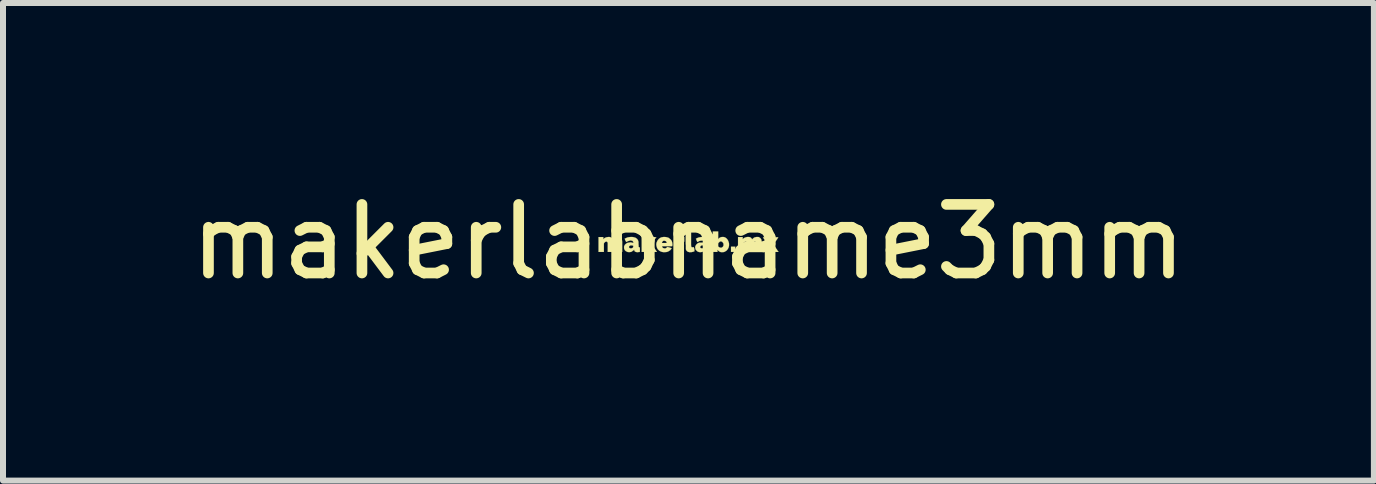
<source format=kicad_pcb>
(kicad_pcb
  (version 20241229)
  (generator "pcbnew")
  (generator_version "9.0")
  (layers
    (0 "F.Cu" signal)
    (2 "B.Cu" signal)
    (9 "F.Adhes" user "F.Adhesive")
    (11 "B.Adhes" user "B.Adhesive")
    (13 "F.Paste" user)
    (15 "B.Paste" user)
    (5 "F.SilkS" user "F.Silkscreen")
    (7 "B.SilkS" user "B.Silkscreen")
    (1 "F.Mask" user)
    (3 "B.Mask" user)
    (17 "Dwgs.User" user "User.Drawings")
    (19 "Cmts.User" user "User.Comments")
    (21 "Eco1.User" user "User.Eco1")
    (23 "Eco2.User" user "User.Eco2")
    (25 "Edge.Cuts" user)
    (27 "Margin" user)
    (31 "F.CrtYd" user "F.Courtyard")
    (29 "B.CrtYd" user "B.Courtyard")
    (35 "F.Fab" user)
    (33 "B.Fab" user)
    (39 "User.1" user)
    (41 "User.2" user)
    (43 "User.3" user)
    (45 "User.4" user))
  (footprint "makerlabname3mm"
    (layer "F.Cu")
    (at 8.426 0.981)
    (property "Reference" "makerlabname3mm" (at 0 0 0) (layer "F.SilkS") (effects (font (size 1.143 1.143) (thickness 0.178))))
    (attr through_hole)
    (fp_poly (pts (xy 0.78 0.168) (xy 0.744 0.168) (xy 0.709 0.168) (xy 0.709 0.124) (xy 0.709 0.081) (xy 0.744 0.081) (xy 0.78 0.081) (xy 0.78 0.124) (xy 0.78 0.168)) (stroke (width 0.003) (type solid)) (fill yes) (layer "F.SilkS"))
    (fp_poly (pts (xy -0.071 -0.003) (xy -0.086 0) (xy -0.102 0) (xy -0.117 0.005) (xy -0.13 0.008) (xy -0.14 0.013) (xy -0.145 0.018) (xy -0.15 0.02) (xy -0.15 0.094) (xy -0.15 0.168) (xy -0.193 0.168) (xy -0.236 0.168) (xy -0.236 0.046) (xy -0.236 -0.079) (xy -0.198 -0.076) (xy -0.157 -0.076) (xy -0.157 -0.053) (xy -0.157 -0.033) (xy -0.15 -0.043) (xy -0.14 -0.056) (xy -0.127 -0.066) (xy -0.114 -0.074) (xy -0.102 -0.079) (xy -0.091 -0.081) (xy -0.086 -0.081) (xy -0.081 -0.081) (xy -0.076 -0.081) (xy -0.071 -0.081) (xy -0.071 -0.041) (xy -0.071 -0.003)) (stroke (width 0.003) (type solid)) (fill yes) (layer "F.SilkS"))
    (fp_poly (pts (xy -0.526 0.168) (xy -0.574 0.168) (xy -0.62 0.168) (xy -0.645 0.124) (xy -0.653 0.114) (xy -0.658 0.104) (xy -0.663 0.097) (xy -0.668 0.089) (xy -0.671 0.084) (xy -0.673 0.081) (xy -0.676 0.081) (xy -0.678 0.081) (xy -0.681 0.086) (xy -0.683 0.089) (xy -0.693 0.097) (xy -0.693 0.132) (xy -0.693 0.168) (xy -0.737 0.168) (xy -0.78 0.168) (xy -0.78 -0.003) (xy -0.782 -0.173) (xy -0.737 -0.173) (xy -0.693 -0.173) (xy -0.691 -0.079) (xy -0.691 0.013) (xy -0.66 -0.033) (xy -0.627 -0.079) (xy -0.582 -0.079) (xy -0.569 -0.079) (xy -0.559 -0.079) (xy -0.551 -0.076) (xy -0.544 -0.076) (xy -0.538 -0.076) (xy -0.536 -0.076) (xy -0.538 -0.071) (xy -0.544 -0.066) (xy -0.549 -0.058) (xy -0.556 -0.051) (xy -0.564 -0.041) (xy -0.572 -0.03) (xy -0.577 -0.023) (xy -0.584 -0.013) (xy -0.592 -0.003) (xy -0.599 0.008) (xy -0.607 0.015) (xy -0.612 0.02) (xy -0.615 0.025) (xy -0.617 0.028) (xy -0.617 0.03) (xy -0.615 0.036) (xy -0.61 0.041) (xy -0.605 0.048) (xy -0.599 0.058) (xy -0.592 0.069) (xy -0.584 0.081) (xy -0.577 0.094) (xy -0.572 0.099) (xy -0.526 0.168)) (stroke (width 0.003) (type solid)) (fill yes) (layer "F.SilkS"))
    (fp_poly (pts (xy 0.099 0.152) (xy 0.099 0.157) (xy 0.097 0.157) (xy 0.094 0.16) (xy 0.091 0.163) (xy 0.084 0.163) (xy 0.069 0.168) (xy 0.056 0.17) (xy 0.041 0.173) (xy 0.025 0.173) (xy 0.013 0.173) (xy 0.008 0.17) (xy -0.003 0.168) (xy -0.01 0.165) (xy -0.018 0.16) (xy -0.023 0.157) (xy -0.03 0.15) (xy -0.036 0.142) (xy -0.041 0.13) (xy -0.041 0.127) (xy -0.043 0.127) (xy -0.043 0.124) (xy -0.043 0.122) (xy -0.043 0.117) (xy -0.043 0.114) (xy -0.043 0.107) (xy -0.043 0.099) (xy -0.043 0.091) (xy -0.043 0.081) (xy -0.043 0.069) (xy -0.043 0.053) (xy -0.046 0.038) (xy -0.046 0.018) (xy -0.046 -0.005) (xy -0.046 -0.025) (xy -0.046 -0.173) (xy 0 -0.173) (xy 0.043 -0.173) (xy 0.043 -0.051) (xy 0.043 -0.025) (xy 0.043 0) (xy 0.043 0.02) (xy 0.043 0.036) (xy 0.043 0.051) (xy 0.043 0.061) (xy 0.046 0.069) (xy 0.046 0.074) (xy 0.046 0.076) (xy 0.048 0.084) (xy 0.053 0.089) (xy 0.061 0.091) (xy 0.069 0.091) (xy 0.076 0.091) (xy 0.081 0.089) (xy 0.086 0.089) (xy 0.089 0.089) (xy 0.091 0.091) (xy 0.091 0.094) (xy 0.091 0.099) (xy 0.094 0.107) (xy 0.097 0.119) (xy 0.097 0.122) (xy 0.099 0.132) (xy 0.099 0.142) (xy 0.099 0.147) (xy 0.099 0.152)) (stroke (width 0.003) (type solid)) (fill yes) (layer "F.SilkS"))
    (fp_poly (pts (xy 0.676 0.046) (xy 0.676 0.061) (xy 0.673 0.079) (xy 0.668 0.097) (xy 0.66 0.112) (xy 0.653 0.124) (xy 0.643 0.137) (xy 0.63 0.15) (xy 0.617 0.157) (xy 0.612 0.16) (xy 0.605 0.165) (xy 0.597 0.168) (xy 0.589 0.17) (xy 0.587 0.17) (xy 0.584 0.17) (xy 0.584 0.048) (xy 0.584 0.041) (xy 0.584 0.036) (xy 0.582 0.03) (xy 0.582 0.025) (xy 0.579 0.023) (xy 0.574 0.013) (xy 0.569 0.008) (xy 0.564 0.003) (xy 0.559 -0.003) (xy 0.549 -0.005) (xy 0.538 -0.008) (xy 0.528 -0.005) (xy 0.518 0) (xy 0.511 0.008) (xy 0.5 0.018) (xy 0.495 0.028) (xy 0.495 0.051) (xy 0.495 0.074) (xy 0.5 0.081) (xy 0.511 0.089) (xy 0.521 0.094) (xy 0.531 0.097) (xy 0.536 0.097) (xy 0.544 0.097) (xy 0.551 0.097) (xy 0.554 0.097) (xy 0.561 0.091) (xy 0.572 0.084) (xy 0.577 0.076) (xy 0.579 0.071) (xy 0.582 0.066) (xy 0.584 0.064) (xy 0.584 0.058) (xy 0.584 0.053) (xy 0.584 0.048) (xy 0.584 0.17) (xy 0.577 0.173) (xy 0.561 0.173) (xy 0.549 0.173) (xy 0.538 0.17) (xy 0.533 0.17) (xy 0.518 0.163) (xy 0.505 0.155) (xy 0.495 0.145) (xy 0.488 0.137) (xy 0.483 0.132) (xy 0.483 0.15) (xy 0.483 0.168) (xy 0.445 0.168) (xy 0.406 0.168) (xy 0.406 -0.003) (xy 0.406 -0.173) (xy 0.45 -0.173) (xy 0.495 -0.173) (xy 0.495 -0.107) (xy 0.495 -0.041) (xy 0.5 -0.051) (xy 0.511 -0.061) (xy 0.521 -0.069) (xy 0.536 -0.076) (xy 0.549 -0.079) (xy 0.556 -0.081) (xy 0.564 -0.081) (xy 0.577 -0.081) (xy 0.584 -0.081) (xy 0.594 -0.079) (xy 0.61 -0.074) (xy 0.625 -0.064) (xy 0.638 -0.053) (xy 0.648 -0.041) (xy 0.658 -0.025) (xy 0.665 -0.01) (xy 0.671 0.008) (xy 0.676 0.028) (xy 0.676 0.046)) (stroke (width 0.003) (type solid)) (fill yes) (layer "F.SilkS"))
    (fp_poly (pts (xy -1.105 0.168) (xy -1.148 0.168) (xy -1.194 0.168) (xy -1.194 0.094) (xy -1.194 0.074) (xy -1.194 0.056) (xy -1.194 0.043) (xy -1.194 0.03) (xy -1.194 0.023) (xy -1.194 0.018) (xy -1.196 0.015) (xy -1.196 0.013) (xy -1.199 0.008) (xy -1.204 0) (xy -1.212 -0.003) (xy -1.219 -0.005) (xy -1.222 -0.005) (xy -1.229 0) (xy -1.24 0.005) (xy -1.247 0.013) (xy -1.252 0.02) (xy -1.252 0.023) (xy -1.257 0.03) (xy -1.257 0.099) (xy -1.257 0.168) (xy -1.3 0.168) (xy -1.346 0.168) (xy -1.346 0.091) (xy -1.346 0.018) (xy -1.349 0.01) (xy -1.354 0.003) (xy -1.361 -0.003) (xy -1.369 -0.005) (xy -1.377 -0.003) (xy -1.384 0) (xy -1.394 0.005) (xy -1.394 0.008) (xy -1.4 0.013) (xy -1.402 0.015) (xy -1.405 0.018) (xy -1.407 0.02) (xy -1.407 0.023) (xy -1.41 0.028) (xy -1.41 0.033) (xy -1.41 0.041) (xy -1.41 0.048) (xy -1.41 0.061) (xy -1.41 0.074) (xy -1.41 0.089) (xy -1.41 0.099) (xy -1.41 0.168) (xy -1.455 0.168) (xy -1.499 0.168) (xy -1.499 0.046) (xy -1.499 -0.079) (xy -1.46 -0.079) (xy -1.42 -0.079) (xy -1.42 -0.061) (xy -1.42 -0.043) (xy -1.41 -0.053) (xy -1.397 -0.064) (xy -1.382 -0.071) (xy -1.367 -0.076) (xy -1.349 -0.079) (xy -1.333 -0.081) (xy -1.318 -0.081) (xy -1.308 -0.079) (xy -1.298 -0.076) (xy -1.29 -0.071) (xy -1.285 -0.069) (xy -1.28 -0.066) (xy -1.275 -0.061) (xy -1.273 -0.056) (xy -1.267 -0.048) (xy -1.265 -0.046) (xy -1.265 -0.043) (xy -1.265 -0.041) (xy -1.262 -0.041) (xy -1.26 -0.043) (xy -1.257 -0.048) (xy -1.252 -0.051) (xy -1.247 -0.056) (xy -1.242 -0.061) (xy -1.237 -0.066) (xy -1.234 -0.066) (xy -1.217 -0.074) (xy -1.199 -0.079) (xy -1.181 -0.081) (xy -1.163 -0.081) (xy -1.151 -0.079) (xy -1.138 -0.071) (xy -1.128 -0.064) (xy -1.12 -0.053) (xy -1.115 -0.046) (xy -1.113 -0.041) (xy -1.113 -0.038) (xy -1.11 -0.033) (xy -1.11 -0.03) (xy -1.107 -0.025) (xy -1.107 -0.018) (xy -1.107 -0.013) (xy -1.105 -0.003) (xy -1.105 0.005) (xy -1.105 0.018) (xy -1.105 0.033) (xy -1.105 0.048) (xy -1.105 0.069) (xy -1.105 0.079) (xy -1.105 0.168)) (stroke (width 0.003) (type solid)) (fill yes) (layer "F.SilkS"))
    (fp_poly (pts (xy -0.267 0.048) (xy -0.269 0.056) (xy -0.269 0.064) (xy -0.269 0.069) (xy -0.269 0.071) (xy -0.272 0.071) (xy -0.277 0.071) (xy -0.284 0.074) (xy -0.295 0.074) (xy -0.305 0.074) (xy -0.318 0.074) (xy -0.335 0.074) (xy -0.356 0.074) (xy -0.363 0.074) (xy -0.363 0.02) (xy -0.363 0.015) (xy -0.363 0.01) (xy -0.366 0.005) (xy -0.371 -0.003) (xy -0.373 -0.008) (xy -0.381 -0.013) (xy -0.389 -0.015) (xy -0.396 -0.018) (xy -0.404 -0.018) (xy -0.409 -0.018) (xy -0.417 -0.018) (xy -0.419 -0.015) (xy -0.422 -0.015) (xy -0.429 -0.01) (xy -0.434 -0.003) (xy -0.439 0.005) (xy -0.442 0.013) (xy -0.442 0.015) (xy -0.442 0.02) (xy -0.404 0.02) (xy -0.363 0.02) (xy -0.363 0.074) (xy -0.373 0.074) (xy -0.391 0.074) (xy -0.404 0.074) (xy -0.414 0.074) (xy -0.422 0.074) (xy -0.429 0.074) (xy -0.434 0.074) (xy -0.437 0.074) (xy -0.439 0.076) (xy -0.442 0.079) (xy -0.439 0.079) (xy -0.439 0.081) (xy -0.439 0.084) (xy -0.434 0.091) (xy -0.429 0.099) (xy -0.419 0.104) (xy -0.409 0.107) (xy -0.401 0.109) (xy -0.394 0.109) (xy -0.386 0.109) (xy -0.381 0.107) (xy -0.378 0.107) (xy -0.371 0.102) (xy -0.366 0.099) (xy -0.361 0.094) (xy -0.356 0.089) (xy -0.356 0.086) (xy -0.353 0.086) (xy -0.351 0.086) (xy -0.345 0.089) (xy -0.338 0.089) (xy -0.328 0.091) (xy -0.318 0.094) (xy -0.279 0.107) (xy -0.282 0.109) (xy -0.29 0.122) (xy -0.3 0.135) (xy -0.312 0.145) (xy -0.328 0.155) (xy -0.343 0.163) (xy -0.358 0.168) (xy -0.368 0.17) (xy -0.378 0.17) (xy -0.391 0.173) (xy -0.404 0.173) (xy -0.417 0.173) (xy -0.427 0.17) (xy -0.434 0.17) (xy -0.452 0.165) (xy -0.47 0.157) (xy -0.488 0.147) (xy -0.5 0.135) (xy -0.513 0.122) (xy -0.521 0.107) (xy -0.528 0.089) (xy -0.533 0.069) (xy -0.536 0.051) (xy -0.536 0.038) (xy -0.533 0.018) (xy -0.526 0) (xy -0.518 -0.018) (xy -0.508 -0.033) (xy -0.495 -0.048) (xy -0.483 -0.058) (xy -0.465 -0.069) (xy -0.447 -0.076) (xy -0.427 -0.079) (xy -0.417 -0.081) (xy -0.394 -0.081) (xy -0.373 -0.079) (xy -0.353 -0.074) (xy -0.335 -0.069) (xy -0.32 -0.058) (xy -0.305 -0.046) (xy -0.292 -0.033) (xy -0.282 -0.018) (xy -0.274 0) (xy -0.272 0.013) (xy -0.269 0.018) (xy -0.269 0.025) (xy -0.269 0.03) (xy -0.267 0.041) (xy -0.267 0.048)) (stroke (width 0.003) (type solid)) (fill yes) (layer "F.SilkS"))
    (fp_poly (pts (xy 1.499 0.168) (xy 1.494 0.168) (xy 1.486 0.168) (xy 1.478 0.168) (xy 1.468 0.168) (xy 1.458 0.168) (xy 1.455 0.168) (xy 1.41 0.168) (xy 1.392 0.14) (xy 1.387 0.13) (xy 1.382 0.122) (xy 1.377 0.114) (xy 1.374 0.109) (xy 1.372 0.107) (xy 1.372 0.104) (xy 1.369 0.099) (xy 1.367 0.107) (xy 1.364 0.109) (xy 1.361 0.114) (xy 1.356 0.122) (xy 1.351 0.13) (xy 1.346 0.14) (xy 1.344 0.14) (xy 1.328 0.168) (xy 1.283 0.168) (xy 1.273 0.168) (xy 1.262 0.168) (xy 1.252 0.168) (xy 1.245 0.168) (xy 1.24 0.168) (xy 1.24 0.165) (xy 1.242 0.163) (xy 1.245 0.155) (xy 1.25 0.15) (xy 1.257 0.14) (xy 1.265 0.13) (xy 1.273 0.117) (xy 1.28 0.107) (xy 1.29 0.091) (xy 1.3 0.079) (xy 1.306 0.066) (xy 1.313 0.058) (xy 1.316 0.051) (xy 1.318 0.046) (xy 1.321 0.043) (xy 1.318 0.043) (xy 1.316 0.038) (xy 1.313 0.033) (xy 1.308 0.025) (xy 1.3 0.015) (xy 1.293 0.005) (xy 1.285 -0.008) (xy 1.28 -0.018) (xy 1.273 -0.03) (xy 1.265 -0.041) (xy 1.257 -0.051) (xy 1.252 -0.058) (xy 1.247 -0.066) (xy 1.242 -0.074) (xy 1.24 -0.076) (xy 1.242 -0.076) (xy 1.245 -0.076) (xy 1.252 -0.076) (xy 1.26 -0.076) (xy 1.27 -0.076) (xy 1.283 -0.076) (xy 1.285 -0.076) (xy 1.328 -0.076) (xy 1.336 -0.064) (xy 1.341 -0.058) (xy 1.344 -0.051) (xy 1.349 -0.043) (xy 1.354 -0.033) (xy 1.356 -0.03) (xy 1.369 -0.008) (xy 1.372 -0.013) (xy 1.374 -0.018) (xy 1.377 -0.023) (xy 1.382 -0.028) (xy 1.384 -0.038) (xy 1.389 -0.046) (xy 1.392 -0.048) (xy 1.41 -0.076) (xy 1.453 -0.076) (xy 1.466 -0.076) (xy 1.476 -0.076) (xy 1.483 -0.076) (xy 1.491 -0.076) (xy 1.496 -0.076) (xy 1.499 -0.076) (xy 1.496 -0.076) (xy 1.494 -0.071) (xy 1.491 -0.066) (xy 1.486 -0.058) (xy 1.481 -0.048) (xy 1.473 -0.038) (xy 1.466 -0.028) (xy 1.458 -0.015) (xy 1.448 -0.003) (xy 1.44 0.01) (xy 1.433 0.02) (xy 1.427 0.03) (xy 1.422 0.038) (xy 1.42 0.043) (xy 1.417 0.046) (xy 1.42 0.048) (xy 1.422 0.053) (xy 1.425 0.058) (xy 1.43 0.066) (xy 1.438 0.076) (xy 1.445 0.086) (xy 1.453 0.097) (xy 1.458 0.107) (xy 1.468 0.119) (xy 1.476 0.13) (xy 1.481 0.14) (xy 1.488 0.15) (xy 1.494 0.157) (xy 1.496 0.163) (xy 1.499 0.165) (xy 1.499 0.168)) (stroke (width 0.003) (type solid)) (fill yes) (layer "F.SilkS"))
    (fp_poly (pts (xy 1.219 0.168) (xy 1.176 0.168) (xy 1.13 0.168) (xy 1.13 0.094) (xy 1.13 0.074) (xy 1.13 0.056) (xy 1.13 0.043) (xy 1.13 0.03) (xy 1.13 0.023) (xy 1.13 0.018) (xy 1.13 0.015) (xy 1.13 0.013) (xy 1.125 0.008) (xy 1.12 0) (xy 1.115 -0.003) (xy 1.107 -0.005) (xy 1.102 -0.005) (xy 1.095 0) (xy 1.087 0.005) (xy 1.079 0.013) (xy 1.072 0.02) (xy 1.072 0.023) (xy 1.069 0.023) (xy 1.069 0.025) (xy 1.069 0.028) (xy 1.069 0.03) (xy 1.069 0.033) (xy 1.069 0.038) (xy 1.067 0.046) (xy 1.067 0.053) (xy 1.067 0.066) (xy 1.067 0.079) (xy 1.067 0.094) (xy 1.067 0.099) (xy 1.067 0.168) (xy 1.024 0.168) (xy 0.98 0.168) (xy 0.978 0.091) (xy 0.978 0.076) (xy 0.978 0.061) (xy 0.978 0.048) (xy 0.978 0.041) (xy 0.978 0.033) (xy 0.978 0.025) (xy 0.978 0.023) (xy 0.978 0.018) (xy 0.978 0.015) (xy 0.975 0.013) (xy 0.975 0.01) (xy 0.97 0.003) (xy 0.963 -0.003) (xy 0.958 -0.003) (xy 0.947 -0.003) (xy 0.945 -0.003) (xy 0.94 0) (xy 0.935 0.003) (xy 0.93 0.008) (xy 0.925 0.013) (xy 0.922 0.015) (xy 0.919 0.018) (xy 0.919 0.02) (xy 0.917 0.023) (xy 0.917 0.028) (xy 0.914 0.033) (xy 0.914 0.041) (xy 0.914 0.048) (xy 0.914 0.058) (xy 0.914 0.071) (xy 0.914 0.086) (xy 0.914 0.099) (xy 0.914 0.168) (xy 0.869 0.168) (xy 0.826 0.168) (xy 0.826 0.046) (xy 0.826 -0.079) (xy 0.866 -0.079) (xy 0.904 -0.079) (xy 0.904 -0.061) (xy 0.904 -0.043) (xy 0.914 -0.053) (xy 0.927 -0.064) (xy 0.942 -0.071) (xy 0.958 -0.076) (xy 0.978 -0.081) (xy 0.991 -0.081) (xy 1.006 -0.081) (xy 1.019 -0.079) (xy 1.029 -0.076) (xy 1.036 -0.071) (xy 1.046 -0.064) (xy 1.046 -0.061) (xy 1.052 -0.056) (xy 1.057 -0.051) (xy 1.057 -0.048) (xy 1.059 -0.043) (xy 1.062 -0.041) (xy 1.064 -0.046) (xy 1.067 -0.046) (xy 1.072 -0.053) (xy 1.082 -0.061) (xy 1.092 -0.069) (xy 1.102 -0.074) (xy 1.113 -0.076) (xy 1.123 -0.079) (xy 1.135 -0.081) (xy 1.148 -0.081) (xy 1.161 -0.081) (xy 1.173 -0.079) (xy 1.186 -0.071) (xy 1.196 -0.064) (xy 1.206 -0.053) (xy 1.209 -0.046) (xy 1.212 -0.043) (xy 1.214 -0.038) (xy 1.214 -0.033) (xy 1.217 -0.03) (xy 1.217 -0.025) (xy 1.217 -0.018) (xy 1.219 -0.013) (xy 1.219 -0.003) (xy 1.219 0.008) (xy 1.219 0.018) (xy 1.219 0.033) (xy 1.219 0.048) (xy 1.219 0.069) (xy 1.219 0.079) (xy 1.219 0.168)) (stroke (width 0.003) (type solid)) (fill yes) (layer "F.SilkS"))
    (fp_poly (pts (xy 0.376 0.13) (xy 0.376 0.142) (xy 0.376 0.15) (xy 0.376 0.157) (xy 0.376 0.163) (xy 0.376 0.165) (xy 0.376 0.168) (xy 0.373 0.168) (xy 0.368 0.17) (xy 0.363 0.17) (xy 0.353 0.17) (xy 0.345 0.173) (xy 0.338 0.173) (xy 0.335 0.173) (xy 0.32 0.17) (xy 0.307 0.168) (xy 0.3 0.165) (xy 0.292 0.157) (xy 0.287 0.147) (xy 0.282 0.137) (xy 0.282 0.132) (xy 0.269 0.142) (xy 0.267 0.145) (xy 0.267 0.074) (xy 0.267 0.064) (xy 0.257 0.061) (xy 0.244 0.058) (xy 0.234 0.058) (xy 0.224 0.058) (xy 0.216 0.061) (xy 0.208 0.066) (xy 0.201 0.071) (xy 0.198 0.079) (xy 0.196 0.084) (xy 0.196 0.091) (xy 0.198 0.099) (xy 0.203 0.104) (xy 0.208 0.104) (xy 0.213 0.107) (xy 0.224 0.109) (xy 0.231 0.109) (xy 0.241 0.107) (xy 0.249 0.104) (xy 0.257 0.099) (xy 0.262 0.094) (xy 0.264 0.089) (xy 0.267 0.086) (xy 0.267 0.079) (xy 0.267 0.074) (xy 0.267 0.145) (xy 0.257 0.152) (xy 0.244 0.163) (xy 0.229 0.168) (xy 0.221 0.17) (xy 0.211 0.17) (xy 0.201 0.173) (xy 0.191 0.173) (xy 0.18 0.17) (xy 0.175 0.17) (xy 0.16 0.165) (xy 0.145 0.157) (xy 0.135 0.147) (xy 0.124 0.135) (xy 0.117 0.122) (xy 0.114 0.107) (xy 0.112 0.091) (xy 0.114 0.076) (xy 0.119 0.064) (xy 0.127 0.051) (xy 0.137 0.038) (xy 0.147 0.03) (xy 0.163 0.02) (xy 0.178 0.015) (xy 0.183 0.013) (xy 0.188 0.013) (xy 0.193 0.013) (xy 0.198 0.013) (xy 0.206 0.013) (xy 0.216 0.013) (xy 0.218 0.013) (xy 0.229 0.013) (xy 0.239 0.013) (xy 0.244 0.013) (xy 0.251 0.013) (xy 0.257 0.015) (xy 0.264 0.018) (xy 0.267 0.018) (xy 0.267 0.015) (xy 0.267 0.01) (xy 0.267 0.008) (xy 0.264 0) (xy 0.262 -0.01) (xy 0.254 -0.015) (xy 0.246 -0.018) (xy 0.236 -0.02) (xy 0.229 -0.02) (xy 0.213 -0.02) (xy 0.196 -0.018) (xy 0.178 -0.013) (xy 0.163 -0.003) (xy 0.16 -0.003) (xy 0.155 0) (xy 0.152 0.003) (xy 0.15 0.003) (xy 0.147 0.003) (xy 0.145 -0.003) (xy 0.142 -0.01) (xy 0.137 -0.018) (xy 0.135 -0.025) (xy 0.132 -0.033) (xy 0.13 -0.041) (xy 0.127 -0.046) (xy 0.124 -0.048) (xy 0.124 -0.051) (xy 0.127 -0.053) (xy 0.13 -0.056) (xy 0.137 -0.058) (xy 0.142 -0.061) (xy 0.15 -0.064) (xy 0.157 -0.069) (xy 0.165 -0.071) (xy 0.185 -0.076) (xy 0.208 -0.079) (xy 0.234 -0.081) (xy 0.251 -0.081) (xy 0.264 -0.079) (xy 0.277 -0.076) (xy 0.287 -0.074) (xy 0.3 -0.069) (xy 0.305 -0.069) (xy 0.318 -0.058) (xy 0.33 -0.048) (xy 0.34 -0.036) (xy 0.348 -0.023) (xy 0.351 -0.01) (xy 0.353 -0.005) (xy 0.353 0) (xy 0.353 0.005) (xy 0.356 0.015) (xy 0.356 0.025) (xy 0.356 0.038) (xy 0.356 0.041) (xy 0.356 0.053) (xy 0.356 0.066) (xy 0.356 0.074) (xy 0.358 0.079) (xy 0.358 0.084) (xy 0.361 0.089) (xy 0.366 0.091) (xy 0.371 0.094) (xy 0.373 0.094) (xy 0.376 0.094) (xy 0.376 0.097) (xy 0.376 0.102) (xy 0.376 0.107) (xy 0.376 0.117) (xy 0.376 0.127) (xy 0.376 0.13)) (stroke (width 0.003) (type solid)) (fill yes) (layer "F.SilkS"))
    (fp_poly (pts (xy -0.81 0.13) (xy -0.81 0.142) (xy -0.81 0.15) (xy -0.81 0.157) (xy -0.81 0.163) (xy -0.81 0.165) (xy -0.813 0.168) (xy -0.818 0.17) (xy -0.826 0.17) (xy -0.833 0.17) (xy -0.843 0.173) (xy -0.851 0.173) (xy -0.853 0.173) (xy -0.869 0.17) (xy -0.879 0.168) (xy -0.889 0.163) (xy -0.897 0.157) (xy -0.902 0.147) (xy -0.904 0.135) (xy -0.907 0.132) (xy -0.909 0.132) (xy -0.912 0.135) (xy -0.914 0.14) (xy -0.919 0.142) (xy -0.919 0.145) (xy -0.919 0.076) (xy -0.919 0.074) (xy -0.922 0.064) (xy -0.932 0.061) (xy -0.94 0.061) (xy -0.953 0.058) (xy -0.963 0.058) (xy -0.97 0.061) (xy -0.975 0.064) (xy -0.983 0.069) (xy -0.988 0.074) (xy -0.991 0.076) (xy -0.991 0.081) (xy -0.991 0.084) (xy -0.991 0.091) (xy -0.988 0.099) (xy -0.983 0.104) (xy -0.98 0.104) (xy -0.973 0.107) (xy -0.965 0.109) (xy -0.955 0.109) (xy -0.947 0.107) (xy -0.945 0.107) (xy -0.937 0.104) (xy -0.93 0.099) (xy -0.925 0.094) (xy -0.922 0.089) (xy -0.922 0.084) (xy -0.919 0.076) (xy -0.919 0.145) (xy -0.932 0.152) (xy -0.945 0.163) (xy -0.958 0.168) (xy -0.968 0.17) (xy -0.978 0.17) (xy -0.991 0.173) (xy -1.001 0.17) (xy -1.011 0.17) (xy -1.013 0.17) (xy -1.029 0.163) (xy -1.044 0.155) (xy -1.054 0.147) (xy -1.064 0.135) (xy -1.069 0.122) (xy -1.074 0.109) (xy -1.074 0.094) (xy -1.074 0.079) (xy -1.072 0.074) (xy -1.067 0.061) (xy -1.059 0.048) (xy -1.049 0.038) (xy -1.036 0.028) (xy -1.024 0.02) (xy -1.008 0.015) (xy -1.001 0.013) (xy -0.991 0.013) (xy -0.978 0.01) (xy -0.968 0.01) (xy -0.955 0.01) (xy -0.945 0.013) (xy -0.935 0.015) (xy -0.932 0.015) (xy -0.927 0.018) (xy -0.922 0.018) (xy -0.919 0.018) (xy -0.919 0.013) (xy -0.919 0.01) (xy -0.922 0) (xy -0.927 -0.008) (xy -0.932 -0.015) (xy -0.94 -0.018) (xy -0.95 -0.02) (xy -0.963 -0.023) (xy -0.98 -0.02) (xy -0.998 -0.015) (xy -1.016 -0.008) (xy -1.029 -0.003) (xy -1.031 0) (xy -1.036 0.003) (xy -1.039 0.003) (xy -1.041 -0.003) (xy -1.044 -0.008) (xy -1.046 -0.015) (xy -1.052 -0.02) (xy -1.054 -0.028) (xy -1.057 -0.036) (xy -1.059 -0.043) (xy -1.062 -0.048) (xy -1.062 -0.051) (xy -1.062 -0.053) (xy -1.057 -0.056) (xy -1.052 -0.058) (xy -1.044 -0.061) (xy -1.036 -0.064) (xy -1.029 -0.069) (xy -1.024 -0.071) (xy -1.003 -0.076) (xy -0.983 -0.079) (xy -0.96 -0.081) (xy -0.94 -0.081) (xy -0.922 -0.079) (xy -0.902 -0.074) (xy -0.886 -0.069) (xy -0.879 -0.066) (xy -0.866 -0.056) (xy -0.853 -0.046) (xy -0.846 -0.033) (xy -0.838 -0.018) (xy -0.836 -0.013) (xy -0.836 -0.01) (xy -0.836 -0.005) (xy -0.833 -0.003) (xy -0.833 0.003) (xy -0.833 0.01) (xy -0.833 0.018) (xy -0.833 0.028) (xy -0.833 0.041) (xy -0.831 0.053) (xy -0.831 0.066) (xy -0.831 0.074) (xy -0.831 0.079) (xy -0.831 0.084) (xy -0.828 0.084) (xy -0.826 0.089) (xy -0.82 0.091) (xy -0.815 0.094) (xy -0.813 0.094) (xy -0.81 0.094) (xy -0.81 0.097) (xy -0.81 0.102) (xy -0.81 0.107) (xy -0.81 0.117) (xy -0.81 0.127) (xy -0.81 0.13)) (stroke (width 0.003) (type solid)) (fill yes) (layer "F.SilkS")))
  (gr_rect
    (start -3 -3)
    (end 19.851 4.961)
    (stroke (width 0.1) (type default))
    (fill no)
    (layer "Edge.Cuts")))
</source>
